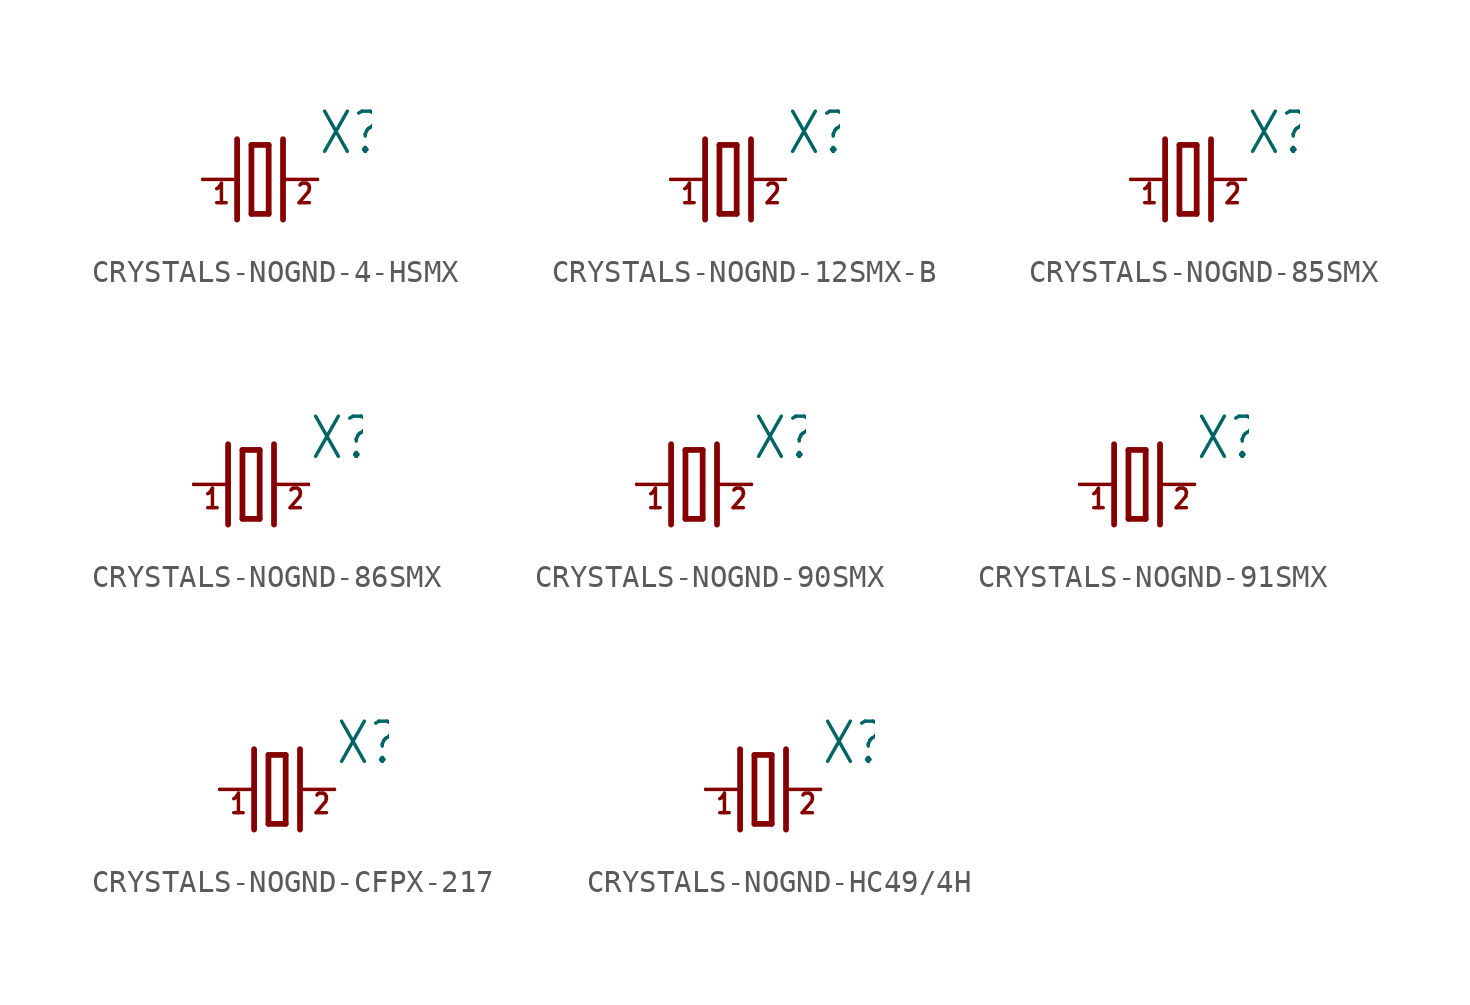
<source format=kicad_sym>
(kicad_symbol_lib
  (version 20231120)
  (generator "kicad_symbol_editor")
  (generator_version "8.0")
  (symbol "CRYSTALS-NOGND-4-HSMX"
    (property "Reference" "X"
      (at 2.54 1.016 0)
      (effects (font (size 1.778 1.511)) (justify left bottom)))
    (property "Value" ""
      (at 2.54 -2.54 0)
      (effects (font (size 1.778 1.511)) (justify left bottom)))
    (property "ki_locked" ""
      (at 0 0 0)
      (effects (font (size 1.27 1.27))))
    (symbol "CRYSTALS-NOGND-4-HSMX_1_0"
      (polyline (pts (xy -2.54 0) (xy -1.016 0)) (stroke (width 0.152) (type solid)) (fill (type none)))
      (polyline (pts (xy -1.016 1.778) (xy -1.016 -1.778)) (stroke (width 0.254) (type solid)) (fill (type none)))
      (polyline (pts (xy -0.381 -1.524) (xy 0.381 -1.524)) (stroke (width 0.254) (type solid)) (fill (type none)))
      (polyline (pts (xy -0.381 1.524) (xy -0.381 -1.524)) (stroke (width 0.254) (type solid)) (fill (type none)))
      (polyline (pts (xy 0.381 -1.524) (xy 0.381 1.524)) (stroke (width 0.254) (type solid)) (fill (type none)))
      (polyline (pts (xy 0.381 1.524) (xy -0.381 1.524)) (stroke (width 0.254) (type solid)) (fill (type none)))
      (polyline (pts (xy 1.016 0) (xy 2.54 0)) (stroke (width 0.152) (type solid)) (fill (type none)))
      (polyline (pts (xy 1.016 1.778) (xy 1.016 -1.778)) (stroke (width 0.254) (type solid)) (fill (type none)))
      (text "1" (at -2.159 -1.143 0) (effects (font (size 0.864 0.734)) (justify left bottom)))
      (text "2" (at 1.524 -1.143 0) (effects (font (size 0.864 0.734)) (justify left bottom)))
      (pin passive line (at -2.54 0 0) (length 0) (name "1" (effects (font (size 0 0)))) (number "1" (effects (font (size 0 0)))))
      (pin passive line (at 2.54 0 180) (length 0) (name "2" (effects (font (size 0 0)))) (number "2" (effects (font (size 0 0)))))))
  (symbol "CRYSTALS-NOGND-12SMX-B"
    (property "Reference" "X"
      (at 2.54 1.016 0)
      (effects (font (size 1.778 1.511)) (justify left bottom)))
    (property "Value" ""
      (at 2.54 -2.54 0)
      (effects (font (size 1.778 1.511)) (justify left bottom)))
    (property "ki_locked" ""
      (at 0 0 0)
      (effects (font (size 1.27 1.27))))
    (symbol "CRYSTALS-NOGND-12SMX-B_1_0"
      (polyline (pts (xy -2.54 0) (xy -1.016 0)) (stroke (width 0.152) (type solid)) (fill (type none)))
      (polyline (pts (xy -1.016 1.778) (xy -1.016 -1.778)) (stroke (width 0.254) (type solid)) (fill (type none)))
      (polyline (pts (xy -0.381 -1.524) (xy 0.381 -1.524)) (stroke (width 0.254) (type solid)) (fill (type none)))
      (polyline (pts (xy -0.381 1.524) (xy -0.381 -1.524)) (stroke (width 0.254) (type solid)) (fill (type none)))
      (polyline (pts (xy 0.381 -1.524) (xy 0.381 1.524)) (stroke (width 0.254) (type solid)) (fill (type none)))
      (polyline (pts (xy 0.381 1.524) (xy -0.381 1.524)) (stroke (width 0.254) (type solid)) (fill (type none)))
      (polyline (pts (xy 1.016 0) (xy 2.54 0)) (stroke (width 0.152) (type solid)) (fill (type none)))
      (polyline (pts (xy 1.016 1.778) (xy 1.016 -1.778)) (stroke (width 0.254) (type solid)) (fill (type none)))
      (text "1" (at -2.159 -1.143 0) (effects (font (size 0.864 0.734)) (justify left bottom)))
      (text "2" (at 1.524 -1.143 0) (effects (font (size 0.864 0.734)) (justify left bottom)))
      (pin passive line (at -2.54 0 0) (length 0) (name "1" (effects (font (size 0 0)))) (number "1" (effects (font (size 0 0)))))
      (pin passive line (at 2.54 0 180) (length 0) (name "2" (effects (font (size 0 0)))) (number "4" (effects (font (size 0 0)))))))
  (symbol "CRYSTALS-NOGND-85SMX"
    (property "Reference" "X"
      (at 2.54 1.016 0)
      (effects (font (size 1.778 1.511)) (justify left bottom)))
    (property "Value" ""
      (at 2.54 -2.54 0)
      (effects (font (size 1.778 1.511)) (justify left bottom)))
    (property "ki_locked" ""
      (at 0 0 0)
      (effects (font (size 1.27 1.27))))
    (symbol "CRYSTALS-NOGND-85SMX_1_0"
      (polyline (pts (xy -2.54 0) (xy -1.016 0)) (stroke (width 0.152) (type solid)) (fill (type none)))
      (polyline (pts (xy -1.016 1.778) (xy -1.016 -1.778)) (stroke (width 0.254) (type solid)) (fill (type none)))
      (polyline (pts (xy -0.381 -1.524) (xy 0.381 -1.524)) (stroke (width 0.254) (type solid)) (fill (type none)))
      (polyline (pts (xy -0.381 1.524) (xy -0.381 -1.524)) (stroke (width 0.254) (type solid)) (fill (type none)))
      (polyline (pts (xy 0.381 -1.524) (xy 0.381 1.524)) (stroke (width 0.254) (type solid)) (fill (type none)))
      (polyline (pts (xy 0.381 1.524) (xy -0.381 1.524)) (stroke (width 0.254) (type solid)) (fill (type none)))
      (polyline (pts (xy 1.016 0) (xy 2.54 0)) (stroke (width 0.152) (type solid)) (fill (type none)))
      (polyline (pts (xy 1.016 1.778) (xy 1.016 -1.778)) (stroke (width 0.254) (type solid)) (fill (type none)))
      (text "1" (at -2.159 -1.143 0) (effects (font (size 0.864 0.734)) (justify left bottom)))
      (text "2" (at 1.524 -1.143 0) (effects (font (size 0.864 0.734)) (justify left bottom)))
      (pin passive line (at -2.54 0 0) (length 0) (name "1" (effects (font (size 0 0)))) (number "1" (effects (font (size 0 0)))))
      (pin passive line (at 2.54 0 180) (length 0) (name "2" (effects (font (size 0 0)))) (number "4" (effects (font (size 0 0)))))))
  (symbol "CRYSTALS-NOGND-86SMX"
    (property "Reference" "X"
      (at 2.54 1.016 0)
      (effects (font (size 1.778 1.511)) (justify left bottom)))
    (property "Value" ""
      (at 2.54 -2.54 0)
      (effects (font (size 1.778 1.511)) (justify left bottom)))
    (property "ki_locked" ""
      (at 0 0 0)
      (effects (font (size 1.27 1.27))))
    (symbol "CRYSTALS-NOGND-86SMX_1_0"
      (polyline (pts (xy -2.54 0) (xy -1.016 0)) (stroke (width 0.152) (type solid)) (fill (type none)))
      (polyline (pts (xy -1.016 1.778) (xy -1.016 -1.778)) (stroke (width 0.254) (type solid)) (fill (type none)))
      (polyline (pts (xy -0.381 -1.524) (xy 0.381 -1.524)) (stroke (width 0.254) (type solid)) (fill (type none)))
      (polyline (pts (xy -0.381 1.524) (xy -0.381 -1.524)) (stroke (width 0.254) (type solid)) (fill (type none)))
      (polyline (pts (xy 0.381 -1.524) (xy 0.381 1.524)) (stroke (width 0.254) (type solid)) (fill (type none)))
      (polyline (pts (xy 0.381 1.524) (xy -0.381 1.524)) (stroke (width 0.254) (type solid)) (fill (type none)))
      (polyline (pts (xy 1.016 0) (xy 2.54 0)) (stroke (width 0.152) (type solid)) (fill (type none)))
      (polyline (pts (xy 1.016 1.778) (xy 1.016 -1.778)) (stroke (width 0.254) (type solid)) (fill (type none)))
      (text "1" (at -2.159 -1.143 0) (effects (font (size 0.864 0.734)) (justify left bottom)))
      (text "2" (at 1.524 -1.143 0) (effects (font (size 0.864 0.734)) (justify left bottom)))
      (pin passive line (at -2.54 0 0) (length 0) (name "1" (effects (font (size 0 0)))) (number "1" (effects (font (size 0 0)))))
      (pin passive line (at 2.54 0 180) (length 0) (name "2" (effects (font (size 0 0)))) (number "4" (effects (font (size 0 0)))))))
  (symbol "CRYSTALS-NOGND-90SMX"
    (property "Reference" "X"
      (at 2.54 1.016 0)
      (effects (font (size 1.778 1.511)) (justify left bottom)))
    (property "Value" ""
      (at 2.54 -2.54 0)
      (effects (font (size 1.778 1.511)) (justify left bottom)))
    (property "ki_locked" ""
      (at 0 0 0)
      (effects (font (size 1.27 1.27))))
    (symbol "CRYSTALS-NOGND-90SMX_1_0"
      (polyline (pts (xy -2.54 0) (xy -1.016 0)) (stroke (width 0.152) (type solid)) (fill (type none)))
      (polyline (pts (xy -1.016 1.778) (xy -1.016 -1.778)) (stroke (width 0.254) (type solid)) (fill (type none)))
      (polyline (pts (xy -0.381 -1.524) (xy 0.381 -1.524)) (stroke (width 0.254) (type solid)) (fill (type none)))
      (polyline (pts (xy -0.381 1.524) (xy -0.381 -1.524)) (stroke (width 0.254) (type solid)) (fill (type none)))
      (polyline (pts (xy 0.381 -1.524) (xy 0.381 1.524)) (stroke (width 0.254) (type solid)) (fill (type none)))
      (polyline (pts (xy 0.381 1.524) (xy -0.381 1.524)) (stroke (width 0.254) (type solid)) (fill (type none)))
      (polyline (pts (xy 1.016 0) (xy 2.54 0)) (stroke (width 0.152) (type solid)) (fill (type none)))
      (polyline (pts (xy 1.016 1.778) (xy 1.016 -1.778)) (stroke (width 0.254) (type solid)) (fill (type none)))
      (text "1" (at -2.159 -1.143 0) (effects (font (size 0.864 0.734)) (justify left bottom)))
      (text "2" (at 1.524 -1.143 0) (effects (font (size 0.864 0.734)) (justify left bottom)))
      (pin passive line (at -2.54 0 0) (length 0) (name "1" (effects (font (size 0 0)))) (number "1" (effects (font (size 0 0)))))
      (pin passive line (at 2.54 0 180) (length 0) (name "2" (effects (font (size 0 0)))) (number "4" (effects (font (size 0 0)))))))
  (symbol "CRYSTALS-NOGND-91SMX"
    (property "Reference" "X"
      (at 2.54 1.016 0)
      (effects (font (size 1.778 1.511)) (justify left bottom)))
    (property "Value" ""
      (at 2.54 -2.54 0)
      (effects (font (size 1.778 1.511)) (justify left bottom)))
    (property "ki_locked" ""
      (at 0 0 0)
      (effects (font (size 1.27 1.27))))
    (symbol "CRYSTALS-NOGND-91SMX_1_0"
      (polyline (pts (xy -2.54 0) (xy -1.016 0)) (stroke (width 0.152) (type solid)) (fill (type none)))
      (polyline (pts (xy -1.016 1.778) (xy -1.016 -1.778)) (stroke (width 0.254) (type solid)) (fill (type none)))
      (polyline (pts (xy -0.381 -1.524) (xy 0.381 -1.524)) (stroke (width 0.254) (type solid)) (fill (type none)))
      (polyline (pts (xy -0.381 1.524) (xy -0.381 -1.524)) (stroke (width 0.254) (type solid)) (fill (type none)))
      (polyline (pts (xy 0.381 -1.524) (xy 0.381 1.524)) (stroke (width 0.254) (type solid)) (fill (type none)))
      (polyline (pts (xy 0.381 1.524) (xy -0.381 1.524)) (stroke (width 0.254) (type solid)) (fill (type none)))
      (polyline (pts (xy 1.016 0) (xy 2.54 0)) (stroke (width 0.152) (type solid)) (fill (type none)))
      (polyline (pts (xy 1.016 1.778) (xy 1.016 -1.778)) (stroke (width 0.254) (type solid)) (fill (type none)))
      (text "1" (at -2.159 -1.143 0) (effects (font (size 0.864 0.734)) (justify left bottom)))
      (text "2" (at 1.524 -1.143 0) (effects (font (size 0.864 0.734)) (justify left bottom)))
      (pin passive line (at -2.54 0 0) (length 0) (name "1" (effects (font (size 0 0)))) (number "1" (effects (font (size 0 0)))))
      (pin passive line (at 2.54 0 180) (length 0) (name "2" (effects (font (size 0 0)))) (number "2" (effects (font (size 0 0)))))))
  (symbol "CRYSTALS-NOGND-CFPX-217"
    (property "Reference" "X"
      (at 2.54 1.016 0)
      (effects (font (size 1.778 1.511)) (justify left bottom)))
    (property "Value" ""
      (at 2.54 -2.54 0)
      (effects (font (size 1.778 1.511)) (justify left bottom)))
    (property "ki_locked" ""
      (at 0 0 0)
      (effects (font (size 1.27 1.27))))
    (symbol "CRYSTALS-NOGND-CFPX-217_1_0"
      (polyline (pts (xy -2.54 0) (xy -1.016 0)) (stroke (width 0.152) (type solid)) (fill (type none)))
      (polyline (pts (xy -1.016 1.778) (xy -1.016 -1.778)) (stroke (width 0.254) (type solid)) (fill (type none)))
      (polyline (pts (xy -0.381 -1.524) (xy 0.381 -1.524)) (stroke (width 0.254) (type solid)) (fill (type none)))
      (polyline (pts (xy -0.381 1.524) (xy -0.381 -1.524)) (stroke (width 0.254) (type solid)) (fill (type none)))
      (polyline (pts (xy 0.381 -1.524) (xy 0.381 1.524)) (stroke (width 0.254) (type solid)) (fill (type none)))
      (polyline (pts (xy 0.381 1.524) (xy -0.381 1.524)) (stroke (width 0.254) (type solid)) (fill (type none)))
      (polyline (pts (xy 1.016 0) (xy 2.54 0)) (stroke (width 0.152) (type solid)) (fill (type none)))
      (polyline (pts (xy 1.016 1.778) (xy 1.016 -1.778)) (stroke (width 0.254) (type solid)) (fill (type none)))
      (text "1" (at -2.159 -1.143 0) (effects (font (size 0.864 0.734)) (justify left bottom)))
      (text "2" (at 1.524 -1.143 0) (effects (font (size 0.864 0.734)) (justify left bottom)))
      (pin passive line (at -2.54 0 0) (length 0) (name "1" (effects (font (size 0 0)))) (number "1" (effects (font (size 0 0)))))
      (pin passive line (at 2.54 0 180) (length 0) (name "2" (effects (font (size 0 0)))) (number "2" (effects (font (size 0 0)))))))
  (symbol "CRYSTALS-NOGND-HC49/4H"
    (property "Reference" "X"
      (at 2.54 1.016 0)
      (effects (font (size 1.778 1.511)) (justify left bottom)))
    (property "Value" ""
      (at 2.54 -2.54 0)
      (effects (font (size 1.778 1.511)) (justify left bottom)))
    (property "ki_locked" ""
      (at 0 0 0)
      (effects (font (size 1.27 1.27))))
    (symbol "CRYSTALS-NOGND-HC49/4H_1_0"
      (polyline (pts (xy -2.54 0) (xy -1.016 0)) (stroke (width 0.152) (type solid)) (fill (type none)))
      (polyline (pts (xy -1.016 1.778) (xy -1.016 -1.778)) (stroke (width 0.254) (type solid)) (fill (type none)))
      (polyline (pts (xy -0.381 -1.524) (xy 0.381 -1.524)) (stroke (width 0.254) (type solid)) (fill (type none)))
      (polyline (pts (xy -0.381 1.524) (xy -0.381 -1.524)) (stroke (width 0.254) (type solid)) (fill (type none)))
      (polyline (pts (xy 0.381 -1.524) (xy 0.381 1.524)) (stroke (width 0.254) (type solid)) (fill (type none)))
      (polyline (pts (xy 0.381 1.524) (xy -0.381 1.524)) (stroke (width 0.254) (type solid)) (fill (type none)))
      (polyline (pts (xy 1.016 0) (xy 2.54 0)) (stroke (width 0.152) (type solid)) (fill (type none)))
      (polyline (pts (xy 1.016 1.778) (xy 1.016 -1.778)) (stroke (width 0.254) (type solid)) (fill (type none)))
      (text "1" (at -2.159 -1.143 0) (effects (font (size 0.864 0.734)) (justify left bottom)))
      (text "2" (at 1.524 -1.143 0) (effects (font (size 0.864 0.734)) (justify left bottom)))
      (pin passive line (at -2.54 0 0) (length 0) (name "1" (effects (font (size 0 0)))) (number "1" (effects (font (size 0 0)))))
      (pin passive line (at 2.54 0 180) (length 0) (name "2" (effects (font (size 0 0)))) (number "2" (effects (font (size 0 0))))))))
</source>
